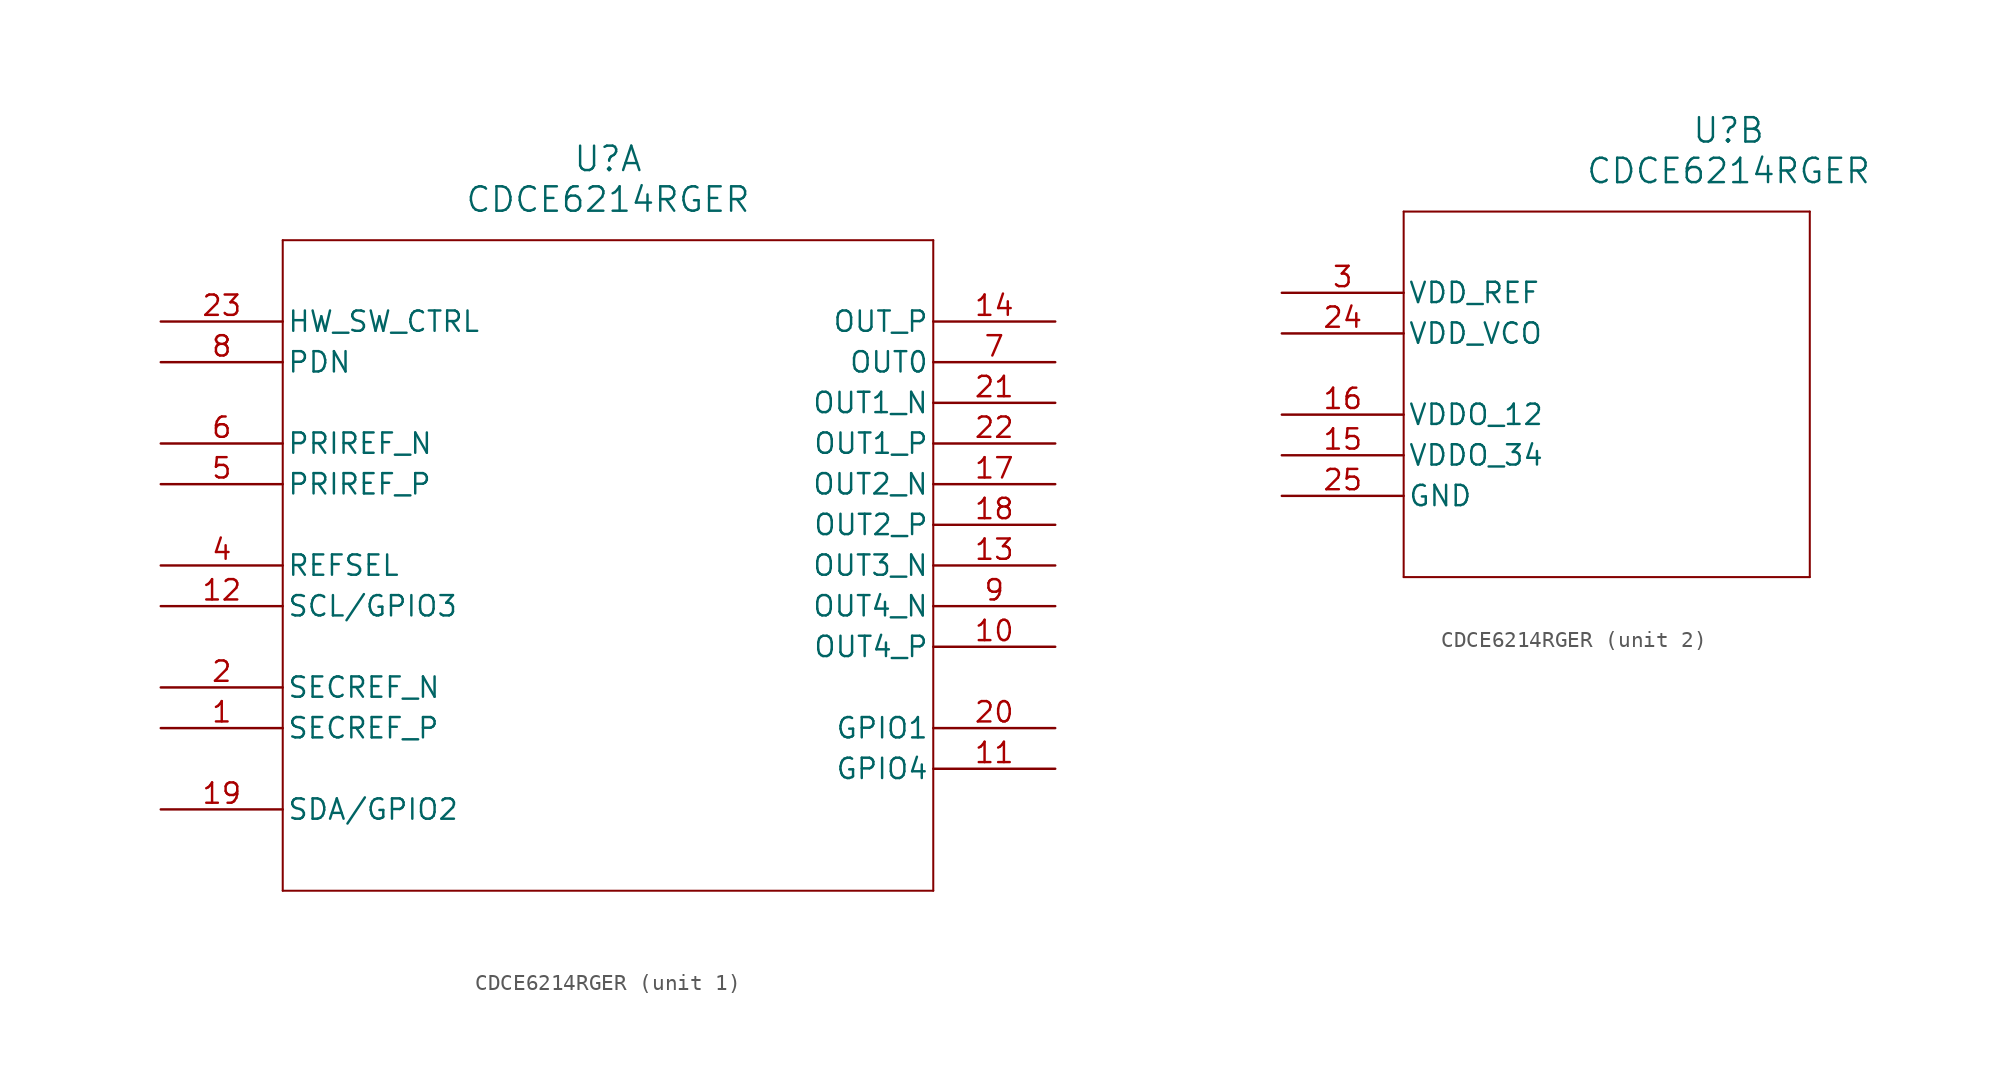
<source format=kicad_sym>
(kicad_symbol_lib
  (version 20211014)
  (generator kicad_symbol_editor)
  (symbol "CDCE6214RGER"
    (pin_names
      (offset 0.254))
    (property "Reference" "U"
      (at 27.94 10.16 0)
      (effects (font (size 1.524 1.524))))
    (property "Value" "CDCE6214RGER"
      (at 27.94 7.62 0)
      (effects (font (size 1.524 1.524))))
    (symbol "CDCE6214RGER_1_1"
      (polyline (pts (xy 7.62 5.08) (xy 7.62 -35.56)) (stroke (width 0.127) (type default) (color 0 0 0 0)) (fill (type none)))
      (polyline (pts (xy 7.62 -35.56) (xy 48.26 -35.56)) (stroke (width 0.127) (type default) (color 0 0 0 0)) (fill (type none)))
      (polyline (pts (xy 48.26 -35.56) (xy 48.26 5.08)) (stroke (width 0.127) (type default) (color 0 0 0 0)) (fill (type none)))
      (polyline (pts (xy 48.26 5.08) (xy 7.62 5.08)) (stroke (width 0.127) (type default) (color 0 0 0 0)) (fill (type none)))
      (pin input line (at 0 -25.4 0) (length 7.62) (name "SECREF_P" (effects (font (size 1.27 1.27)))) (number "1" (effects (font (size 1.27 1.27)))))
      (pin input line (at 0 -22.86 0) (length 7.62) (name "SECREF_N" (effects (font (size 1.27 1.27)))) (number "2" (effects (font (size 1.27 1.27)))))
      (pin input line (at 0 -15.24 0) (length 7.62) (name "REFSEL" (effects (font (size 1.27 1.27)))) (number "4" (effects (font (size 1.27 1.27)))))
      (pin input line (at 0 -10.16 0) (length 7.62) (name "PRIREF_P" (effects (font (size 1.27 1.27)))) (number "5" (effects (font (size 1.27 1.27)))))
      (pin input line (at 0 -7.62 0) (length 7.62) (name "PRIREF_N" (effects (font (size 1.27 1.27)))) (number "6" (effects (font (size 1.27 1.27)))))
      (pin output line (at 55.88 -2.54 180) (length 7.62) (name "OUT0" (effects (font (size 1.27 1.27)))) (number "7" (effects (font (size 1.27 1.27)))))
      (pin input line (at 0 -2.54 0) (length 7.62) (name "PDN" (effects (font (size 1.27 1.27)))) (number "8" (effects (font (size 1.27 1.27)))))
      (pin output line (at 55.88 -17.78 180) (length 7.62) (name "OUT4_N" (effects (font (size 1.27 1.27)))) (number "9" (effects (font (size 1.27 1.27)))))
      (pin output line (at 55.88 -20.32 180) (length 7.62) (name "OUT4_P" (effects (font (size 1.27 1.27)))) (number "10" (effects (font (size 1.27 1.27)))))
      (pin bidirectional line (at 55.88 -27.94 180) (length 7.62) (name "GPIO4" (effects (font (size 1.27 1.27)))) (number "11" (effects (font (size 1.27 1.27)))))
      (pin input line (at 0 -17.78 0) (length 7.62) (name "SCL/GPIO3" (effects (font (size 1.27 1.27)))) (number "12" (effects (font (size 1.27 1.27)))))
      (pin output line (at 55.88 -15.24 180) (length 7.62) (name "OUT3_N" (effects (font (size 1.27 1.27)))) (number "13" (effects (font (size 1.27 1.27)))))
      (pin output line (at 55.88 0 180) (length 7.62) (name "OUT_P" (effects (font (size 1.27 1.27)))) (number "14" (effects (font (size 1.27 1.27)))))
      (pin output line (at 55.88 -10.16 180) (length 7.62) (name "OUT2_N" (effects (font (size 1.27 1.27)))) (number "17" (effects (font (size 1.27 1.27)))))
      (pin output line (at 55.88 -12.7 180) (length 7.62) (name "OUT2_P" (effects (font (size 1.27 1.27)))) (number "18" (effects (font (size 1.27 1.27)))))
      (pin bidirectional line (at 0 -30.48 0) (length 7.62) (name "SDA/GPIO2" (effects (font (size 1.27 1.27)))) (number "19" (effects (font (size 1.27 1.27)))))
      (pin bidirectional line (at 55.88 -25.4 180) (length 7.62) (name "GPIO1" (effects (font (size 1.27 1.27)))) (number "20" (effects (font (size 1.27 1.27)))))
      (pin output line (at 55.88 -5.08 180) (length 7.62) (name "OUT1_N" (effects (font (size 1.27 1.27)))) (number "21" (effects (font (size 1.27 1.27)))))
      (pin output line (at 55.88 -7.62 180) (length 7.62) (name "OUT1_P" (effects (font (size 1.27 1.27)))) (number "22" (effects (font (size 1.27 1.27)))))
      (pin input line (at 0 0 0) (length 7.62) (name "HW_SW_CTRL" (effects (font (size 1.27 1.27)))) (number "23" (effects (font (size 1.27 1.27))))))
    (symbol "CDCE6214RGER_2_1"
      (polyline (pts (xy 7.62 5.08) (xy 7.62 -17.78)) (stroke (width 0.127) (type default) (color 0 0 0 0)) (fill (type none)))
      (polyline (pts (xy 7.62 -17.78) (xy 33.02 -17.78)) (stroke (width 0.127) (type default) (color 0 0 0 0)) (fill (type none)))
      (polyline (pts (xy 33.02 -17.78) (xy 33.02 5.08)) (stroke (width 0.127) (type default) (color 0 0 0 0)) (fill (type none)))
      (polyline (pts (xy 33.02 5.08) (xy 7.62 5.08)) (stroke (width 0.127) (type default) (color 0 0 0 0)) (fill (type none)))
      (pin power_in line (at 0 0 0) (length 7.62) (name "VDD_REF" (effects (font (size 1.27 1.27)))) (number "3" (effects (font (size 1.27 1.27)))))
      (pin power_in line (at 0 -10.16 0) (length 7.62) (name "VDDO_34" (effects (font (size 1.27 1.27)))) (number "15" (effects (font (size 1.27 1.27)))))
      (pin power_in line (at 0 -7.62 0) (length 7.62) (name "VDDO_12" (effects (font (size 1.27 1.27)))) (number "16" (effects (font (size 1.27 1.27)))))
      (pin power_in line (at 0 -2.54 0) (length 7.62) (name "VDD_VCO" (effects (font (size 1.27 1.27)))) (number "24" (effects (font (size 1.27 1.27)))))
      (pin power_out line (at 0 -12.7 0) (length 7.62) (name "GND" (effects (font (size 1.27 1.27)))) (number "25" (effects (font (size 1.27 1.27))))))))
</source>
